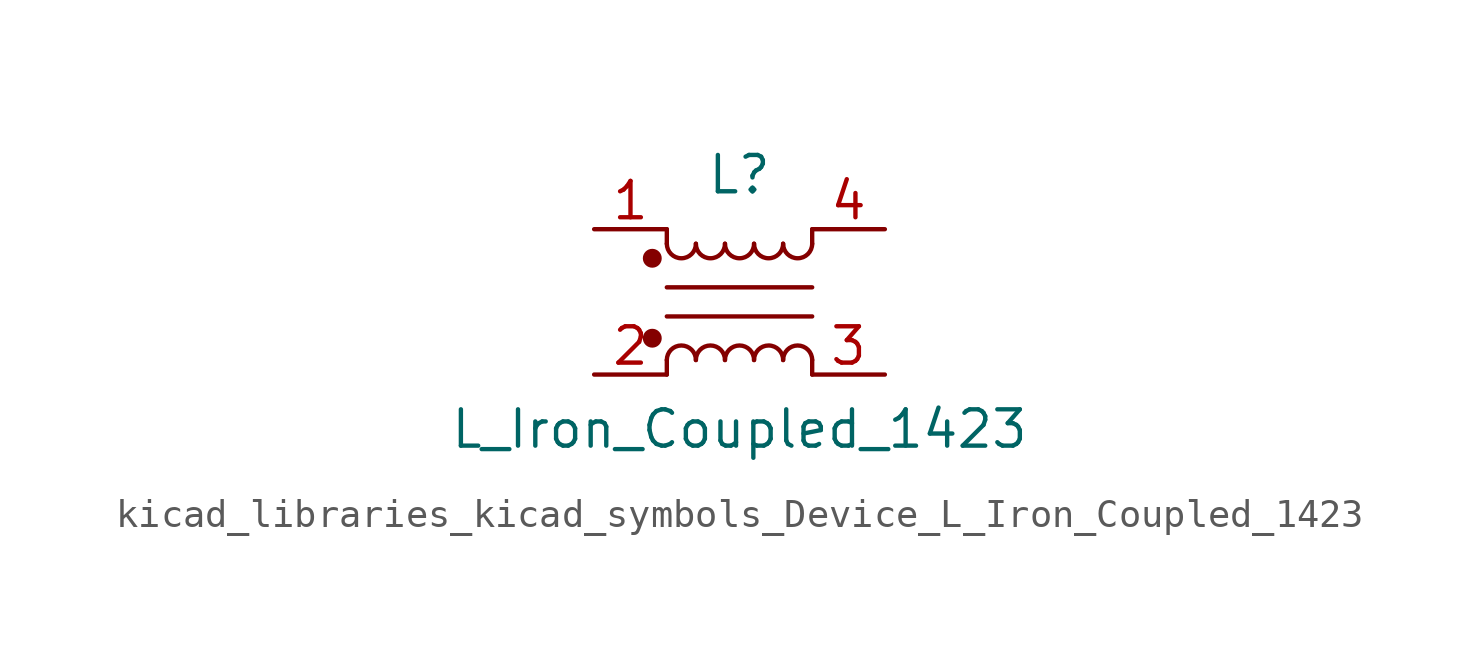
<source format=kicad_sym>
(kicad_symbol_lib
  (version 20220914)
  (generator kicad_symbol_editor)
  (symbol "kicad_libraries_kicad_symbols_Device_L_Iron_Coupled_1423"
    (pin_names
      (offset 0.254) hide)
    (property "Reference" "L"
      (at 0 4.445 0)
      (effects (font (size 1.27 1.27))))
    (property "Value" "L_Iron_Coupled_1423"
      (at 0 -4.445 0)
      (effects (font (size 1.27 1.27))))
    (symbol "kicad_libraries_kicad_symbols_Device_L_Iron_Coupled_1423_0_1"
      (circle (center -3.048 -1.27) (radius 0.254) (stroke (width 0) (type default)) (fill (type outline)))
      (circle (center -3.048 1.524) (radius 0.254) (stroke (width 0) (type default)) (fill (type outline)))
      (arc (start -2.54 2.032) (mid -2.032 1.5262) (end -1.524 2.032) (stroke (width 0) (type default)) (fill (type none)))
      (arc (start -1.524 -2.032) (mid -2.032 -1.5262) (end -2.54 -2.032) (stroke (width 0) (type default)) (fill (type none)))
      (arc (start -1.524 2.032) (mid -1.016 1.5262) (end -0.508 2.032) (stroke (width 0) (type default)) (fill (type none)))
      (arc (start -0.508 -2.032) (mid -1.016 -1.5262) (end -1.524 -2.032) (stroke (width 0) (type default)) (fill (type none)))
      (arc (start -0.508 2.032) (mid 0 1.5262) (end 0.508 2.032) (stroke (width 0) (type default)) (fill (type none)))
      (polyline (pts (xy -2.54 -2.032) (xy -2.54 -2.54)) (stroke (width 0) (type default)) (fill (type none)))
      (polyline (pts (xy -2.54 0.508) (xy 2.54 0.508)) (stroke (width 0) (type default)) (fill (type none)))
      (polyline (pts (xy -2.54 2.032) (xy -2.54 2.54)) (stroke (width 0) (type default)) (fill (type none)))
      (polyline (pts (xy 2.54 -2.032) (xy 2.54 -2.54)) (stroke (width 0) (type default)) (fill (type none)))
      (polyline (pts (xy 2.54 -0.508) (xy -2.54 -0.508)) (stroke (width 0) (type default)) (fill (type none)))
      (polyline (pts (xy 2.54 2.54) (xy 2.54 2.032)) (stroke (width 0) (type default)) (fill (type none)))
      (arc (start 0.508 -2.032) (mid 0 -1.5262) (end -0.508 -2.032) (stroke (width 0) (type default)) (fill (type none)))
      (arc (start 0.508 2.032) (mid 1.016 1.5262) (end 1.524 2.032) (stroke (width 0) (type default)) (fill (type none)))
      (arc (start 1.524 -2.032) (mid 1.016 -1.5262) (end 0.508 -2.032) (stroke (width 0) (type default)) (fill (type none)))
      (arc (start 1.524 2.032) (mid 2.032 1.5262) (end 2.54 2.032) (stroke (width 0) (type default)) (fill (type none)))
      (arc (start 2.54 -2.032) (mid 2.032 -1.5262) (end 1.524 -2.032) (stroke (width 0) (type default)) (fill (type none))))
    (symbol "kicad_libraries_kicad_symbols_Device_L_Iron_Coupled_1423_1_1"
      (pin passive line (at -5.08 2.54 0) (length 2.54) (name "1" (effects (font (size 1.27 1.27)))) (number "1" (effects (font (size 1.27 1.27)))))
      (pin passive line (at -5.08 -2.54 0) (length 2.54) (name "2" (effects (font (size 1.27 1.27)))) (number "2" (effects (font (size 1.27 1.27)))))
      (pin passive line (at 5.08 -2.54 180) (length 2.54) (name "3" (effects (font (size 1.27 1.27)))) (number "3" (effects (font (size 1.27 1.27)))))
      (pin passive line (at 5.08 2.54 180) (length 2.54) (name "4" (effects (font (size 1.27 1.27)))) (number "4" (effects (font (size 1.27 1.27))))))))
</source>
